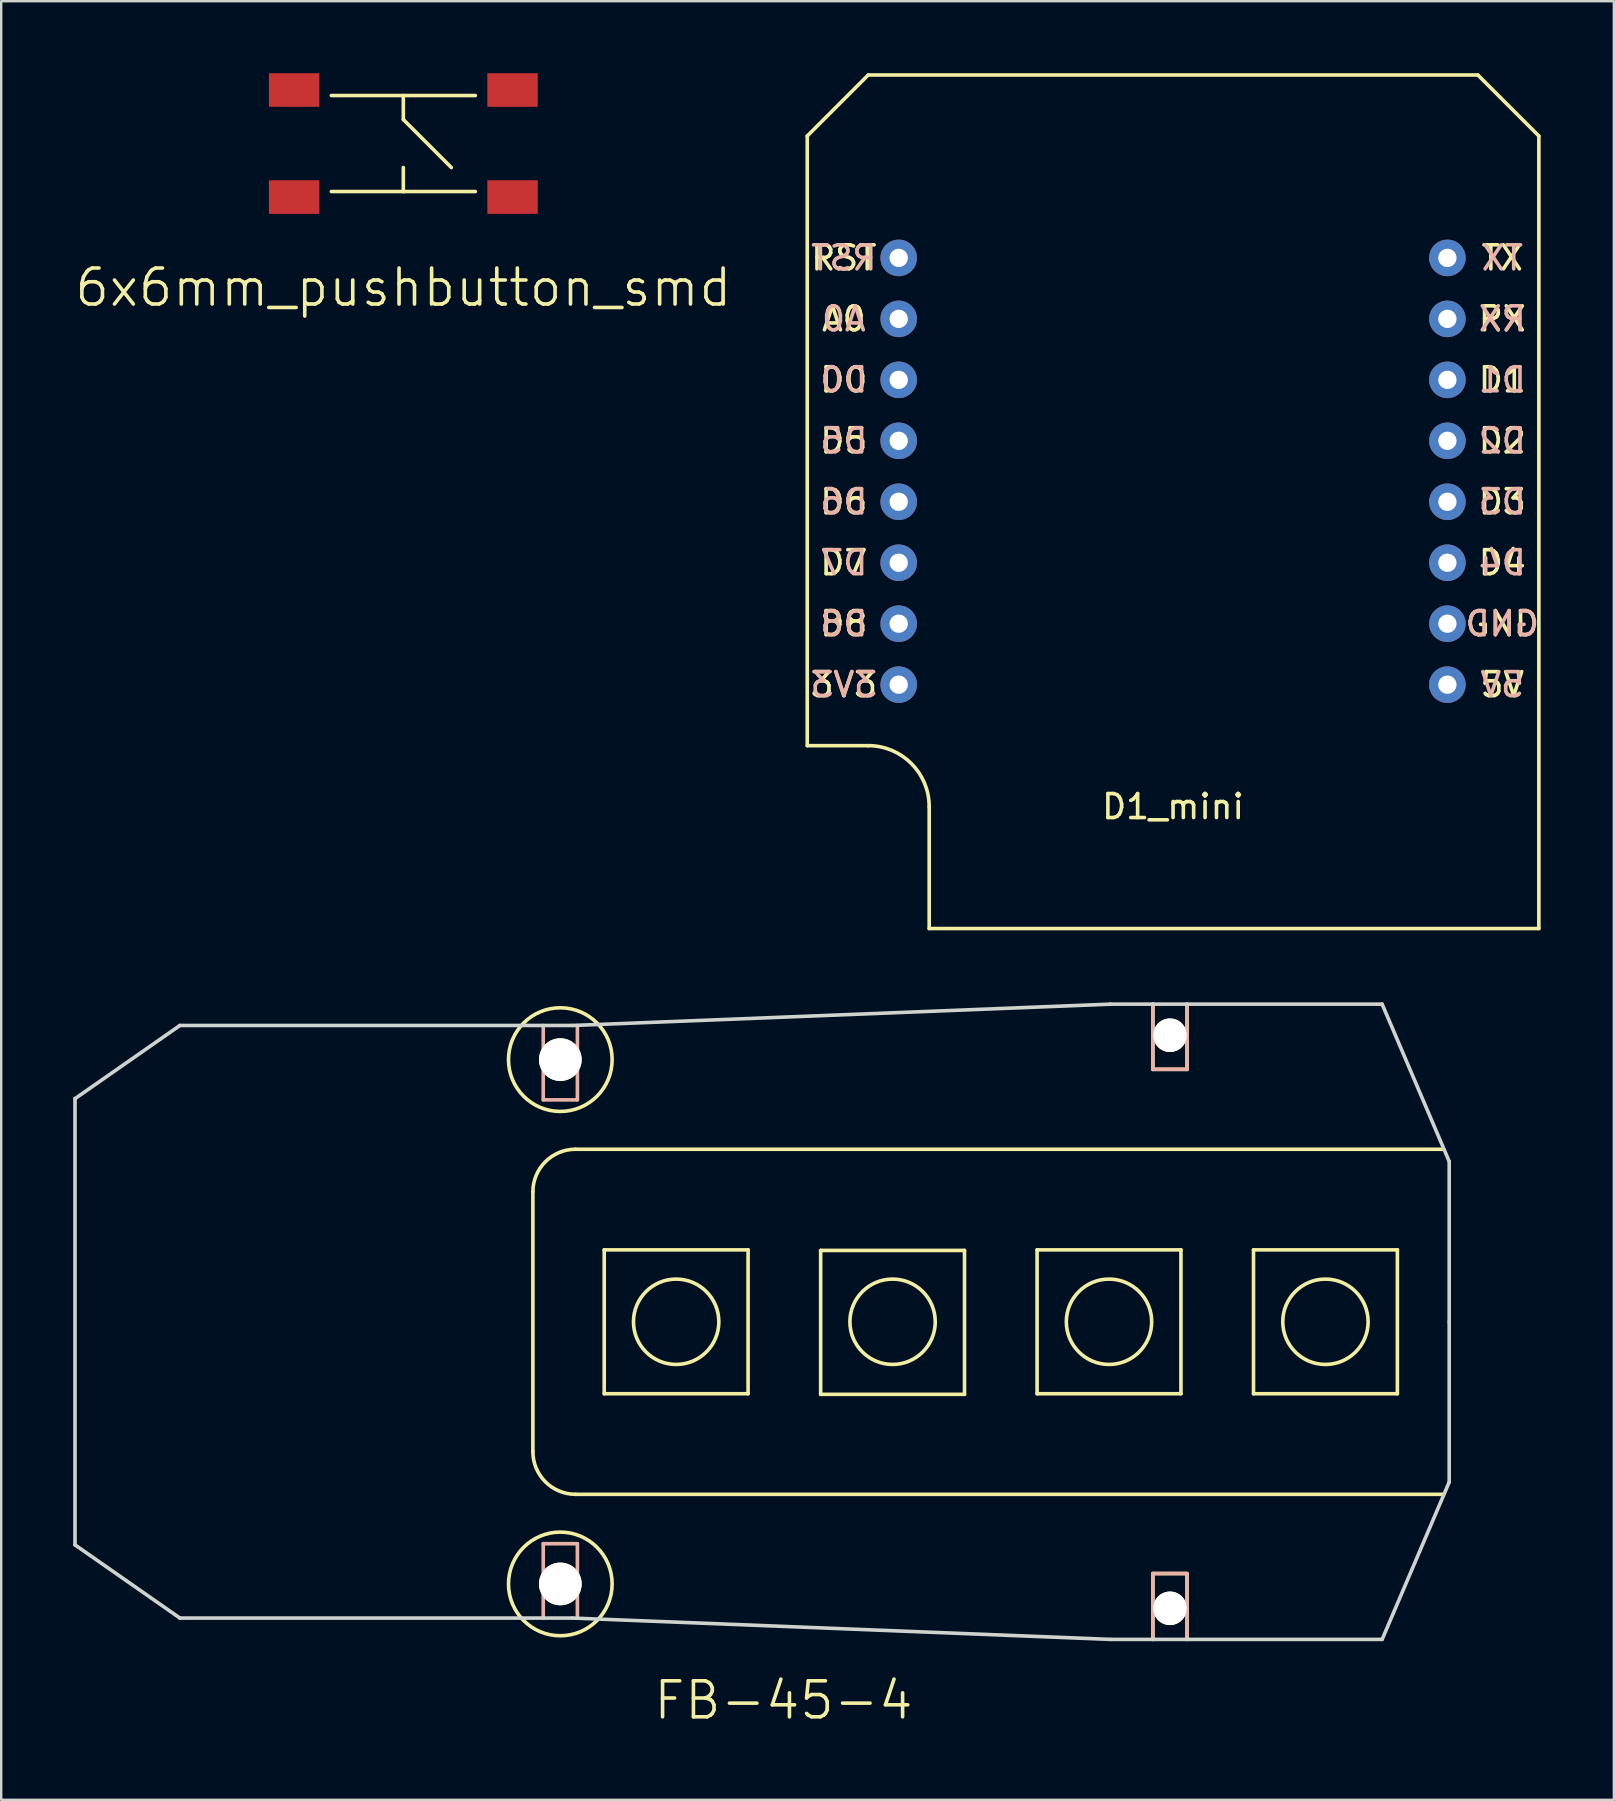
<source format=kicad_pcb>
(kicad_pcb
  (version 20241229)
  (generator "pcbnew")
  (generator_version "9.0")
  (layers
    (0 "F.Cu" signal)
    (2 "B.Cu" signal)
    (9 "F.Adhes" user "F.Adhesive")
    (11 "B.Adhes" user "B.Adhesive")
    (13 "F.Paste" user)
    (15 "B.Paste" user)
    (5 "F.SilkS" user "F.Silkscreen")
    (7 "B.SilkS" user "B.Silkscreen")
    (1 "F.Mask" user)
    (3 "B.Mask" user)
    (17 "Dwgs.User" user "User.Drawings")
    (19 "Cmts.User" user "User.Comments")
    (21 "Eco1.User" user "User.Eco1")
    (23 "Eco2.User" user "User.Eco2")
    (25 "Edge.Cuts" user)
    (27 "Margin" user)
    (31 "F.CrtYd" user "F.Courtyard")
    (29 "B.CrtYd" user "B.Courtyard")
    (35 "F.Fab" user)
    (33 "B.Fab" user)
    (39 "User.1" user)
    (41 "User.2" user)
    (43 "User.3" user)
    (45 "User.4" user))
  (footprint "D1_mini"
    (layer "F.Cu")
    (at 45.822 15.315)
    (property "Reference" "D1_mini" (at 0 15.24 0) (layer "F.SilkS") (effects (font (size 1 1) (thickness 0.15))))
    (attr through_hole)
    (fp_line (start -15.24 -12.7) (end -15.24 12.7) (stroke (width 0.15) (type solid)) (layer "F.SilkS"))
    (fp_line (start -15.24 -12.7) (end -12.7 -15.24) (stroke (width 0.15) (type solid)) (layer "F.SilkS"))
    (fp_line (start -15.24 12.7) (end -12.7 12.7) (stroke (width 0.15) (type solid)) (layer "F.SilkS"))
    (fp_line (start -12.7 -15.24) (end 12.7 -15.24) (stroke (width 0.15) (type solid)) (layer "F.SilkS"))
    (fp_line (start -10.16 15.24) (end -10.16 20.32) (stroke (width 0.15) (type solid)) (layer "F.SilkS"))
    (fp_line (start 12.7 -15.24) (end 15.24 -12.7) (stroke (width 0.15) (type solid)) (layer "F.SilkS"))
    (fp_line (start 15.24 -12.7) (end 15.24 20.32) (stroke (width 0.15) (type solid)) (layer "F.SilkS"))
    (fp_line (start 15.24 20.32) (end -10.16 20.32) (stroke (width 0.15) (type solid)) (layer "F.SilkS"))
    (fp_arc (start -12.7 12.7) (mid -10.903949 13.443949) (end -10.16 15.24) (stroke (width 0.15) (type solid)) (layer "F.SilkS"))
    (fp_text user "GND" (at 13.716 7.62 0) (layer "F.SilkS") (effects (font (size 1 1) (thickness 0.15))))
    (fp_text user "5V" (at 13.716 10.16 0) (layer "F.SilkS") (effects (font (size 1 1) (thickness 0.15))))
    (fp_text user "RX" (at 13.716 -5.08 0) (layer "F.SilkS") (effects (font (size 1 1) (thickness 0.15))))
    (fp_text user "D6" (at -13.716 2.54 0) (layer "F.SilkS") (effects (font (size 1 1) (thickness 0.15))))
    (fp_text user "A0" (at -13.716 -5.08 0) (layer "F.SilkS") (effects (font (size 1 1) (thickness 0.15))))
    (fp_text user "D0" (at -13.716 -2.54 0) (layer "F.SilkS") (effects (font (size 1 1) (thickness 0.15))))
    (fp_text user "D8" (at -13.716 7.62 0) (layer "F.SilkS") (effects (font (size 1 1) (thickness 0.15))))
    (fp_text user "D7" (at -13.716 5.08 0) (layer "F.SilkS") (effects (font (size 1 1) (thickness 0.15))))
    (fp_text user "D1" (at 13.716 -2.54 0) (layer "F.SilkS") (effects (font (size 1 1) (thickness 0.15))))
    (fp_text user "D2" (at 13.716 0 0) (layer "F.SilkS") (effects (font (size 1 1) (thickness 0.15))))
    (fp_text user "TX" (at 13.716 -7.62 0) (layer "F.SilkS") (effects (font (size 1 1) (thickness 0.15))))
    (fp_text user "D5" (at -13.716 0 0) (layer "F.SilkS") (effects (font (size 1 1) (thickness 0.15))))
    (fp_text user "3V3" (at -13.716 10.16 0) (layer "F.SilkS") (effects (font (size 1 1) (thickness 0.15))))
    (fp_text user "D3" (at 13.716 2.54 0) (layer "F.SilkS") (effects (font (size 1 1) (thickness 0.15))))
    (fp_text user "D4" (at 13.716 5.08 0) (layer "F.SilkS") (effects (font (size 1 1) (thickness 0.15))))
    (fp_text user "RST" (at -13.716 -7.62 0) (layer "F.SilkS") (effects (font (size 1 1) (thickness 0.15))))
    (fp_text user "RST" (at -13.716 -7.62 0) (layer "B.SilkS") (effects (font (size 1 1) (thickness 0.15)) (justify mirror)))
    (fp_text user "D8" (at -13.716 7.62 0) (layer "B.SilkS") (effects (font (size 1 1) (thickness 0.15)) (justify mirror)))
    (fp_text user "D7" (at -13.716 5.08 0) (layer "B.SilkS") (effects (font (size 1 1) (thickness 0.15)) (justify mirror)))
    (fp_text user "D6" (at -13.716 2.54 0) (layer "B.SilkS") (effects (font (size 1 1) (thickness 0.15)) (justify mirror)))
    (fp_text user "D0" (at -13.716 -2.54 0) (layer "B.SilkS") (effects (font (size 1 1) (thickness 0.15)) (justify mirror)))
    (fp_text user "5V" (at 13.716 10.16 0) (layer "B.SilkS") (effects (font (size 1 1) (thickness 0.15)) (justify mirror)))
    (fp_text user "3V3" (at -13.716 10.16 0) (layer "B.SilkS") (effects (font (size 1 1) (thickness 0.15)) (justify mirror)))
    (fp_text user "D4" (at 13.716 5.08 0) (layer "B.SilkS") (effects (font (size 1 1) (thickness 0.15)) (justify mirror)))
    (fp_text user "GND" (at 13.716 7.62 0) (layer "B.SilkS") (effects (font (size 1 1) (thickness 0.15)) (justify mirror)))
    (fp_text user "RX" (at 13.716 -5.08 0) (layer "B.SilkS") (effects (font (size 1 1) (thickness 0.15)) (justify mirror)))
    (fp_text user "TX" (at 13.716 -7.62 0) (layer "B.SilkS") (effects (font (size 1 1) (thickness 0.15)) (justify mirror)))
    (fp_text user "D5" (at -13.716 0 0) (layer "B.SilkS") (effects (font (size 1 1) (thickness 0.15)) (justify mirror)))
    (fp_text user "D3" (at 13.716 2.54 0) (layer "B.SilkS") (effects (font (size 1 1) (thickness 0.15)) (justify mirror)))
    (fp_text user "D1" (at 13.716 -2.54 0) (layer "B.SilkS") (effects (font (size 1 1) (thickness 0.15)) (justify mirror)))
    (fp_text user "D2" (at 13.716 0 0) (layer "B.SilkS") (effects (font (size 1 1) (thickness 0.15)) (justify mirror)))
    (fp_text user "A0" (at -13.716 -5.08 0) (layer "B.SilkS") (effects (font (size 1 1) (thickness 0.15)) (justify mirror)))
    (pad "1" thru_hole circle (at -11.43 -7.62) (size 1.524 1.524) (drill 0.762) (layers "*.Cu" "*.Mask"))
    (pad "2" thru_hole circle (at -11.43 -5.08) (size 1.524 1.524) (drill 0.762) (layers "*.Cu" "*.Mask"))
    (pad "3" thru_hole circle (at -11.43 -2.54) (size 1.524 1.524) (drill 0.762) (layers "*.Cu" "*.Mask"))
    (pad "4" thru_hole circle (at -11.43 0) (size 1.524 1.524) (drill 0.762) (layers "*.Cu" "*.Mask"))
    (pad "5" thru_hole circle (at -11.43 2.54) (size 1.524 1.524) (drill 0.762) (layers "*.Cu" "*.Mask"))
    (pad "6" thru_hole circle (at -11.43 5.08) (size 1.524 1.524) (drill 0.762) (layers "*.Cu" "*.Mask"))
    (pad "7" thru_hole circle (at -11.43 7.62) (size 1.524 1.524) (drill 0.762) (layers "*.Cu" "*.Mask"))
    (pad "8" thru_hole circle (at -11.43 10.16) (size 1.524 1.524) (drill 0.762) (layers "*.Cu" "*.Mask"))
    (pad "9" thru_hole circle (at 11.43 10.16) (size 1.524 1.524) (drill 0.762) (layers "*.Cu" "*.Mask"))
    (pad "10" thru_hole circle (at 11.43 7.62) (size 1.524 1.524) (drill 0.762) (layers "*.Cu" "*.Mask"))
    (pad "11" thru_hole circle (at 11.43 5.08) (size 1.524 1.524) (drill 0.762) (layers "*.Cu" "*.Mask"))
    (pad "12" thru_hole circle (at 11.43 2.54) (size 1.524 1.524) (drill 0.762) (layers "*.Cu" "*.Mask"))
    (pad "13" thru_hole circle (at 11.43 0) (size 1.524 1.524) (drill 0.762) (layers "*.Cu" "*.Mask"))
    (pad "14" thru_hole circle (at 11.43 -2.54) (size 1.524 1.524) (drill 0.762) (layers "*.Cu" "*.Mask"))
    (pad "15" thru_hole circle (at 11.43 -5.08) (size 1.524 1.524) (drill 0.762) (layers "*.Cu" "*.Mask"))
    (pad "16" thru_hole circle (at 11.43 -7.62) (size 1.524 1.524) (drill 0.762) (layers "*.Cu" "*.Mask")))
  (footprint "FB-45-4"
    (layer "F.Cu")
    (at 57.327 52.018)
    (property "Reference" "FB-45-4" (at -27.737 15.773 0) (layer "F.SilkS") (effects (font (size 1.5 1.5) (thickness 0.15))))
    (attr through_hole)
    (fp_line (start -38.176 -5.41) (end -38.176 5.41) (stroke (width 0.15) (type solid)) (layer "F.SilkS"))
    (fp_line (start -36.398 -7.188) (end -0.229 -7.188) (stroke (width 0.15) (type solid)) (layer "F.SilkS"))
    (fp_line (start -36.398 7.188) (end -0.229 7.188) (stroke (width 0.15) (type solid)) (layer "F.SilkS"))
    (fp_line (start -35.204 -2.997) (end -29.21 -2.997) (stroke (width 0.15) (type solid)) (layer "F.SilkS"))
    (fp_line (start -35.204 2.997) (end -35.204 -2.997) (stroke (width 0.15) (type solid)) (layer "F.SilkS"))
    (fp_line (start -29.21 -2.997) (end -29.21 2.997) (stroke (width 0.15) (type solid)) (layer "F.SilkS"))
    (fp_line (start -29.21 2.997) (end -35.204 2.997) (stroke (width 0.15) (type solid)) (layer "F.SilkS"))
    (fp_line (start -26.187 -2.972) (end -20.193 -2.972) (stroke (width 0.15) (type solid)) (layer "F.SilkS"))
    (fp_line (start -26.187 3.023) (end -26.187 -2.972) (stroke (width 0.15) (type solid)) (layer "F.SilkS"))
    (fp_line (start -20.193 -2.972) (end -20.193 3.023) (stroke (width 0.15) (type solid)) (layer "F.SilkS"))
    (fp_line (start -20.193 3.023) (end -26.187 3.023) (stroke (width 0.15) (type solid)) (layer "F.SilkS"))
    (fp_line (start -17.17 -2.997) (end -11.176 -2.997) (stroke (width 0.15) (type solid)) (layer "F.SilkS"))
    (fp_line (start -17.17 2.997) (end -17.17 -2.997) (stroke (width 0.15) (type solid)) (layer "F.SilkS"))
    (fp_line (start -12.344 -10.516) (end -12.344 -13.233) (stroke (width 0.15) (type solid)) (layer "F.SilkS"))
    (fp_line (start -12.344 -10.516) (end -10.922 -10.516) (stroke (width 0.15) (type solid)) (layer "F.SilkS"))
    (fp_line (start -12.344 10.49) (end -12.344 13.233) (stroke (width 0.15) (type solid)) (layer "F.SilkS"))
    (fp_line (start -12.344 10.49) (end -10.922 10.49) (stroke (width 0.15) (type solid)) (layer "F.SilkS"))
    (fp_line (start -11.176 -2.997) (end -11.176 2.997) (stroke (width 0.15) (type solid)) (layer "F.SilkS"))
    (fp_line (start -11.176 2.997) (end -17.17 2.997) (stroke (width 0.15) (type solid)) (layer "F.SilkS"))
    (fp_line (start -10.922 -10.516) (end -10.922 -13.233) (stroke (width 0.15) (type solid)) (layer "F.SilkS"))
    (fp_line (start -10.922 10.516) (end -10.922 13.233) (stroke (width 0.15) (type solid)) (layer "F.SilkS"))
    (fp_line (start -8.153 -2.997) (end -8.153 2.997) (stroke (width 0.15) (type solid)) (layer "F.SilkS"))
    (fp_line (start -8.153 2.997) (end -2.159 2.997) (stroke (width 0.15) (type solid)) (layer "F.SilkS"))
    (fp_line (start -2.159 -2.997) (end -8.153 -2.997) (stroke (width 0.15) (type solid)) (layer "F.SilkS"))
    (fp_line (start -2.159 2.997) (end -2.159 -2.997) (stroke (width 0.15) (type solid)) (layer "F.SilkS"))
    (fp_arc (start -38.1762 -5.4102) (mid -37.655436 -6.667436) (end -36.3982 -7.1882) (stroke (width 0.15) (type solid)) (layer "F.SilkS"))
    (fp_arc (start -36.3982 7.1882) (mid -37.655436 6.667436) (end -38.1762 5.4102) (stroke (width 0.15) (type solid)) (layer "F.SilkS"))
    (fp_circle (center -37.033 -10.922) (end -37.033 -8.763) (stroke (width 0.15) (type solid)) (fill no) (layer "F.SilkS"))
    (fp_circle (center -37.033 10.922) (end -37.033 8.763) (stroke (width 0.15) (type solid)) (fill no) (layer "F.SilkS"))
    (fp_circle (center -32.207 0) (end -32.207 -1.778) (stroke (width 0.15) (type solid)) (fill no) (layer "F.SilkS"))
    (fp_circle (center -23.19 0) (end -23.19 -1.778) (stroke (width 0.15) (type solid)) (fill no) (layer "F.SilkS"))
    (fp_circle (center -14.173 0) (end -14.173 -1.778) (stroke (width 0.15) (type solid)) (fill no) (layer "F.SilkS"))
    (fp_circle (center -5.156 0) (end -5.156 -1.778) (stroke (width 0.15) (type solid)) (fill no) (layer "F.SilkS"))
    (fp_line (start -37.744 -12.344) (end -37.744 -9.246) (stroke (width 0.15) (type solid)) (layer "B.SilkS"))
    (fp_line (start -37.744 -9.246) (end -36.322 -9.246) (stroke (width 0.15) (type solid)) (layer "B.SilkS"))
    (fp_line (start -37.744 9.246) (end -37.744 12.344) (stroke (width 0.15) (type solid)) (layer "B.SilkS"))
    (fp_line (start -36.322 -9.246) (end -36.322 -12.344) (stroke (width 0.15) (type solid)) (layer "B.SilkS"))
    (fp_line (start -36.322 9.246) (end -37.744 9.246) (stroke (width 0.15) (type solid)) (layer "B.SilkS"))
    (fp_line (start -36.322 9.246) (end -36.322 12.344) (stroke (width 0.15) (type solid)) (layer "B.SilkS"))
    (fp_line (start -12.344 -10.516) (end -12.344 -13.233) (stroke (width 0.15) (type solid)) (layer "B.SilkS"))
    (fp_line (start -12.344 -10.516) (end -10.922 -10.516) (stroke (width 0.15) (type solid)) (layer "B.SilkS"))
    (fp_line (start -12.344 10.49) (end -12.344 13.233) (stroke (width 0.15) (type solid)) (layer "B.SilkS"))
    (fp_line (start -12.344 10.49) (end -10.922 10.49) (stroke (width 0.15) (type solid)) (layer "B.SilkS"))
    (fp_line (start -10.922 -10.516) (end -10.922 -13.233) (stroke (width 0.15) (type solid)) (layer "B.SilkS"))
    (fp_line (start -10.922 10.516) (end -10.922 13.233) (stroke (width 0.15) (type solid)) (layer "B.SilkS"))
    (fp_line (start -57.252 9.296) (end -57.252 -9.296) (stroke (width 0.15) (type solid)) (layer "Edge.Cuts"))
    (fp_line (start -52.883 -12.344) (end -57.252 -9.296) (stroke (width 0.15) (type solid)) (layer "Edge.Cuts"))
    (fp_line (start -52.883 12.344) (end -57.252 9.296) (stroke (width 0.15) (type solid)) (layer "Edge.Cuts"))
    (fp_line (start -36.525 -12.344) (end -52.883 -12.344) (stroke (width 0.15) (type solid)) (layer "Edge.Cuts"))
    (fp_line (start -36.525 12.344) (end -52.883 12.344) (stroke (width 0.15) (type solid)) (layer "Edge.Cuts"))
    (fp_line (start -14.122 -13.233) (end -36.525 -12.344) (stroke (width 0.15) (type solid)) (layer "Edge.Cuts"))
    (fp_line (start -14.122 13.233) (end -36.525 12.344) (stroke (width 0.15) (type solid)) (layer "Edge.Cuts"))
    (fp_line (start -2.794 -13.233) (end -14.122 -13.233) (stroke (width 0.15) (type solid)) (layer "Edge.Cuts"))
    (fp_line (start -2.794 13.233) (end -14.122 13.233) (stroke (width 0.15) (type solid)) (layer "Edge.Cuts"))
    (fp_line (start 0 -6.68) (end -2.794 -13.233) (stroke (width 0.15) (type solid)) (layer "Edge.Cuts"))
    (fp_line (start 0 0) (end 0 -6.68) (stroke (width 0.15) (type solid)) (layer "Edge.Cuts"))
    (fp_line (start 0 0) (end 0 6.68) (stroke (width 0.15) (type solid)) (layer "Edge.Cuts"))
    (fp_line (start 0 6.68) (end -2.794 13.233) (stroke (width 0.15) (type solid)) (layer "Edge.Cuts"))
    (pad "" np_thru_hole circle (at -37.033 -10.922) (size 1.778 1.778) (drill 1.778) (layers "*.Cu" "*.Mask" "F.SilkS"))
    (pad "" np_thru_hole circle (at -37.033 10.922) (size 1.778 1.778) (drill 1.778) (layers "*.Cu" "*.Mask" "F.SilkS"))
    (pad "" np_thru_hole circle (at -11.633 -11.938) (size 1.397 1.397) (drill 1.397) (layers "*.Cu" "*.Mask" "F.SilkS"))
    (pad "" np_thru_hole circle (at -11.633 11.938) (size 1.397 1.397) (drill 1.397) (layers "*.Cu" "*.Mask" "F.SilkS")))
  (footprint "6x6mm_pushbutton_smd"
    (layer "F.Cu")
    (at 13.754 2.93)
    (property "Reference" "6x6mm_pushbutton_smd" (at 0 6 0) (layer "F.SilkS") (effects (font (size 1.5 1.5) (thickness 0.15))))
    (attr through_hole)
    (fp_line (start -3 -2) (end 3 -2) (stroke (width 0.15) (type solid)) (layer "F.SilkS"))
    (fp_line (start 0 -2) (end 0 -1) (stroke (width 0.15) (type solid)) (layer "F.SilkS"))
    (fp_line (start 0 -1) (end 2 1) (stroke (width 0.15) (type solid)) (layer "F.SilkS"))
    (fp_line (start 0 1) (end 0 2) (stroke (width 0.15) (type solid)) (layer "F.SilkS"))
    (fp_line (start 0 2) (end -3 2) (stroke (width 0.15) (type solid)) (layer "F.SilkS"))
    (fp_line (start 0 2) (end 3 2) (stroke (width 0.15) (type solid)) (layer "F.SilkS"))
    (pad "1" smd rect (at -4.55 -2.23) (size 2.1 1.4) (layers "F.Cu" "F.Mask" "F.Paste"))
    (pad "1" smd rect (at 4.55 -2.23) (size 2.1 1.4) (layers "F.Cu" "F.Mask" "F.Paste"))
    (pad "2" smd rect (at -4.55 2.23) (size 2.1 1.4) (layers "F.Cu" "F.Mask" "F.Paste"))
    (pad "2" smd rect (at 4.55 2.23) (size 2.1 1.4) (layers "F.Cu" "F.Mask" "F.Paste")))
  (gr_rect
    (start -3 -3)
    (end 64.187 71.933)
    (stroke (width 0.1) (type default))
    (fill no)
    (layer "Edge.Cuts")))
</source>
